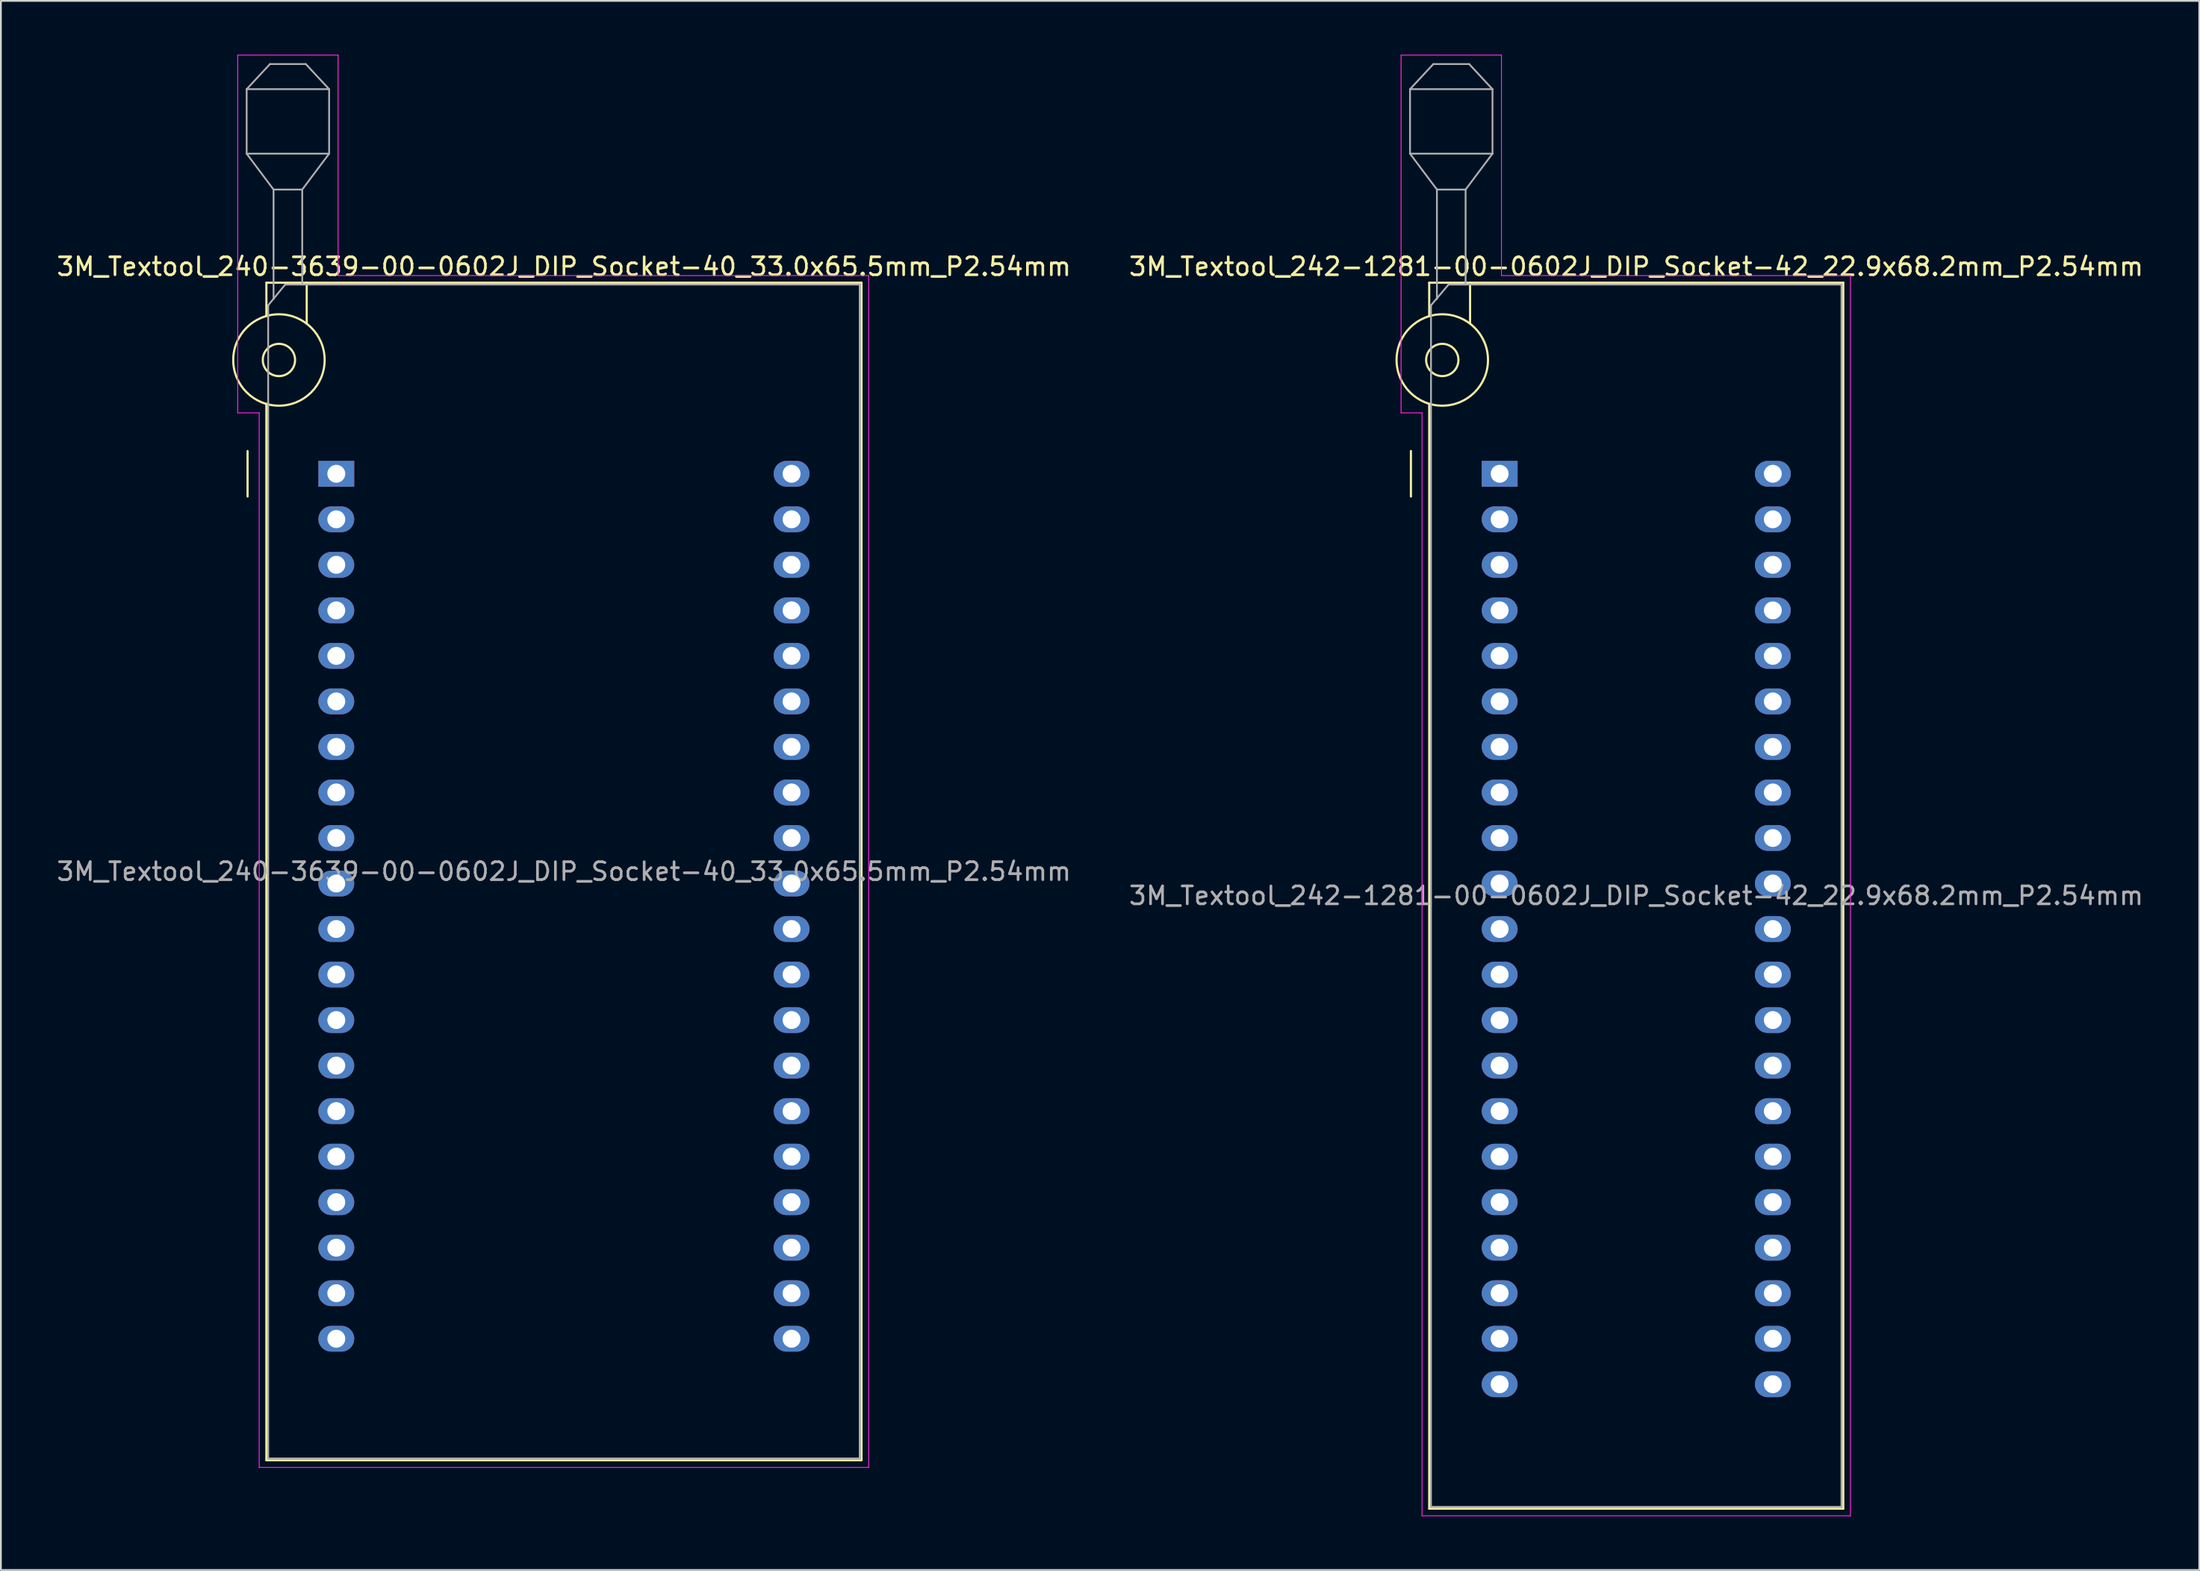
<source format=kicad_pcb>
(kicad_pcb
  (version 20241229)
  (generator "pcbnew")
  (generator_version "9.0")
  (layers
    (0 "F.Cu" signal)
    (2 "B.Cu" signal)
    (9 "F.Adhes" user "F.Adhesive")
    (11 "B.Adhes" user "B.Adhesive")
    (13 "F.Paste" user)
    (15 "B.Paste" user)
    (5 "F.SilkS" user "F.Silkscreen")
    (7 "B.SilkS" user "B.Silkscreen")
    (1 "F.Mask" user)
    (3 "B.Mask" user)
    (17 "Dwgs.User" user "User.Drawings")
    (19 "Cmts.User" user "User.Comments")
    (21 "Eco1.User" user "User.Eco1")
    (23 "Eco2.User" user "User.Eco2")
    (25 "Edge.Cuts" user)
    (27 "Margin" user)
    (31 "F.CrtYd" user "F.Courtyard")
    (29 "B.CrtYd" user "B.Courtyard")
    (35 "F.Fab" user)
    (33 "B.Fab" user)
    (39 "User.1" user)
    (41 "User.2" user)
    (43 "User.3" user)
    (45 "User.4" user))
  (footprint "3M_Textool_242-1281-00-0602J_DIP_Socket-42_22.9x68.2mm_P2.54mm"
    (layer "F.Cu")
    (at 80.612 23.385)
    (property "Reference" "3M_Textool_242-1281-00-0602J_DIP_Socket-42_22.9x68.2mm_P2.54mm" (at 7.62 -11.56 0) (layer "F.SilkS") (effects (font (size 1 1) (thickness 0.15))))
    (attr through_hole)
    (fp_line (start -4.95 1.27) (end -4.95 -1.27) (stroke (width 0.12) (type solid)) (layer "F.SilkS"))
    (fp_line (start -3.93 -10.66) (end -3.93 -8.8) (stroke (width 0.12) (type solid)) (layer "F.SilkS"))
    (fp_line (start -3.93 -3.9) (end -3.93 57.74) (stroke (width 0.12) (type solid)) (layer "F.SilkS"))
    (fp_line (start -3.93 57.74) (end 19.17 57.74) (stroke (width 0.12) (type solid)) (layer "F.SilkS"))
    (fp_line (start -1.65 -10.66) (end -1.65 -8.4) (stroke (width 0.12) (type solid)) (layer "F.SilkS"))
    (fp_line (start 19.17 -10.66) (end -3.93 -10.66) (stroke (width 0.12) (type solid)) (layer "F.SilkS"))
    (fp_line (start 19.17 57.74) (end 19.17 -10.66) (stroke (width 0.12) (type solid)) (layer "F.SilkS"))
    (fp_circle (center -3.2 -6.35) (end -2.3 -6.35) (stroke (width 0.12) (type solid)) (fill no) (layer "F.SilkS"))
    (fp_circle (center -3.2 -6.35) (end -0.65 -6.35) (stroke (width 0.12) (type solid)) (fill no) (layer "F.SilkS"))
    (fp_line (start -5.5 -23.36) (end 0.1 -23.36) (stroke (width 0.05) (type solid)) (layer "F.CrtYd"))
    (fp_line (start -5.5 -3.4) (end -5.5 -23.36) (stroke (width 0.05) (type solid)) (layer "F.CrtYd"))
    (fp_line (start -4.33 -3.4) (end -5.5 -3.4) (stroke (width 0.05) (type solid)) (layer "F.CrtYd"))
    (fp_line (start -4.33 58.14) (end -4.33 -3.4) (stroke (width 0.05) (type solid)) (layer "F.CrtYd"))
    (fp_line (start 0.1 -23.36) (end 0.1 -11.06) (stroke (width 0.05) (type solid)) (layer "F.CrtYd"))
    (fp_line (start 0.1 -11.06) (end 19.57 -11.06) (stroke (width 0.05) (type solid)) (layer "F.CrtYd"))
    (fp_line (start 19.57 -11.06) (end 19.57 58.14) (stroke (width 0.05) (type solid)) (layer "F.CrtYd"))
    (fp_line (start 19.57 58.14) (end -4.33 58.14) (stroke (width 0.05) (type solid)) (layer "F.CrtYd"))
    (fp_line (start -5 -21.46) (end -5 -17.86) (stroke (width 0.1) (type solid)) (layer "F.Fab"))
    (fp_line (start -5 -21.46) (end -3.7 -22.86) (stroke (width 0.1) (type solid)) (layer "F.Fab"))
    (fp_line (start -5 -17.86) (end -3.5 -15.86) (stroke (width 0.1) (type solid)) (layer "F.Fab"))
    (fp_line (start -5 -17.86) (end -0.4 -17.86) (stroke (width 0.1) (type solid)) (layer "F.Fab"))
    (fp_line (start -3.83 -9.4) (end -2.85 -10.56) (stroke (width 0.1) (type solid)) (layer "F.Fab"))
    (fp_line (start -3.83 57.64) (end -3.83 -9.4) (stroke (width 0.1) (type solid)) (layer "F.Fab"))
    (fp_line (start -3.7 -22.86) (end -1.7 -22.86) (stroke (width 0.1) (type solid)) (layer "F.Fab"))
    (fp_line (start -3.5 -15.86) (end -1.9 -15.86) (stroke (width 0.1) (type solid)) (layer "F.Fab"))
    (fp_line (start -3.5 -9.75) (end -3.5 -15.86) (stroke (width 0.1) (type solid)) (layer "F.Fab"))
    (fp_line (start -2.85 -10.56) (end 19.07 -10.56) (stroke (width 0.1) (type solid)) (layer "F.Fab"))
    (fp_line (start -1.9 -15.86) (end -1.9 -10.56) (stroke (width 0.1) (type solid)) (layer "F.Fab"))
    (fp_line (start -1.7 -22.86) (end -0.4 -21.46) (stroke (width 0.1) (type solid)) (layer "F.Fab"))
    (fp_line (start -0.4 -21.46) (end -5 -21.46) (stroke (width 0.1) (type solid)) (layer "F.Fab"))
    (fp_line (start -0.4 -17.86) (end -1.9 -15.86) (stroke (width 0.1) (type solid)) (layer "F.Fab"))
    (fp_line (start -0.4 -17.86) (end -0.4 -21.46) (stroke (width 0.1) (type solid)) (layer "F.Fab"))
    (fp_line (start 19.07 -10.56) (end 19.07 57.64) (stroke (width 0.1) (type solid)) (layer "F.Fab"))
    (fp_line (start 19.07 57.64) (end -3.83 57.64) (stroke (width 0.1) (type solid)) (layer "F.Fab"))
    (fp_text user "${REFERENCE}" (at 7.62 23.54 0) (layer "F.Fab") (effects (font (size 1 1) (thickness 0.15))))
    (pad "1" thru_hole rect (at 0 0) (size 2 1.44) (drill 1) (layers "*.Cu" "*.Mask"))
    (pad "2" thru_hole oval (at 0 2.54) (size 2 1.44) (drill 1) (layers "*.Cu" "*.Mask"))
    (pad "3" thru_hole oval (at 0 5.08) (size 2 1.44) (drill 1) (layers "*.Cu" "*.Mask"))
    (pad "4" thru_hole oval (at 0 7.62) (size 2 1.44) (drill 1) (layers "*.Cu" "*.Mask"))
    (pad "5" thru_hole oval (at 0 10.16) (size 2 1.44) (drill 1) (layers "*.Cu" "*.Mask"))
    (pad "6" thru_hole oval (at 0 12.7) (size 2 1.44) (drill 1) (layers "*.Cu" "*.Mask"))
    (pad "7" thru_hole oval (at 0 15.24) (size 2 1.44) (drill 1) (layers "*.Cu" "*.Mask"))
    (pad "8" thru_hole oval (at 0 17.78) (size 2 1.44) (drill 1) (layers "*.Cu" "*.Mask"))
    (pad "9" thru_hole oval (at 0 20.32) (size 2 1.44) (drill 1) (layers "*.Cu" "*.Mask"))
    (pad "10" thru_hole oval (at 0 22.86) (size 2 1.44) (drill 1) (layers "*.Cu" "*.Mask"))
    (pad "11" thru_hole oval (at 0 25.4) (size 2 1.44) (drill 1) (layers "*.Cu" "*.Mask"))
    (pad "12" thru_hole oval (at 0 27.94) (size 2 1.44) (drill 1) (layers "*.Cu" "*.Mask"))
    (pad "13" thru_hole oval (at 0 30.48) (size 2 1.44) (drill 1) (layers "*.Cu" "*.Mask"))
    (pad "14" thru_hole oval (at 0 33.02) (size 2 1.44) (drill 1) (layers "*.Cu" "*.Mask"))
    (pad "15" thru_hole oval (at 0 35.56) (size 2 1.44) (drill 1) (layers "*.Cu" "*.Mask"))
    (pad "16" thru_hole oval (at 0 38.1) (size 2 1.44) (drill 1) (layers "*.Cu" "*.Mask"))
    (pad "17" thru_hole oval (at 0 40.64) (size 2 1.44) (drill 1) (layers "*.Cu" "*.Mask"))
    (pad "18" thru_hole oval (at 0 43.18) (size 2 1.44) (drill 1) (layers "*.Cu" "*.Mask"))
    (pad "19" thru_hole oval (at 0 45.72) (size 2 1.44) (drill 1) (layers "*.Cu" "*.Mask"))
    (pad "20" thru_hole oval (at 0 48.26) (size 2 1.44) (drill 1) (layers "*.Cu" "*.Mask"))
    (pad "21" thru_hole oval (at 0 50.8) (size 2 1.44) (drill 1) (layers "*.Cu" "*.Mask"))
    (pad "22" thru_hole oval (at 15.24 50.8) (size 2 1.44) (drill 1) (layers "*.Cu" "*.Mask"))
    (pad "23" thru_hole oval (at 15.24 48.26) (size 2 1.44) (drill 1) (layers "*.Cu" "*.Mask"))
    (pad "24" thru_hole oval (at 15.24 45.72) (size 2 1.44) (drill 1) (layers "*.Cu" "*.Mask"))
    (pad "25" thru_hole oval (at 15.24 43.18) (size 2 1.44) (drill 1) (layers "*.Cu" "*.Mask"))
    (pad "26" thru_hole oval (at 15.24 40.64) (size 2 1.44) (drill 1) (layers "*.Cu" "*.Mask"))
    (pad "27" thru_hole oval (at 15.24 38.1) (size 2 1.44) (drill 1) (layers "*.Cu" "*.Mask"))
    (pad "28" thru_hole oval (at 15.24 35.56) (size 2 1.44) (drill 1) (layers "*.Cu" "*.Mask"))
    (pad "29" thru_hole oval (at 15.24 33.02) (size 2 1.44) (drill 1) (layers "*.Cu" "*.Mask"))
    (pad "30" thru_hole oval (at 15.24 30.48) (size 2 1.44) (drill 1) (layers "*.Cu" "*.Mask"))
    (pad "31" thru_hole oval (at 15.24 27.94) (size 2 1.44) (drill 1) (layers "*.Cu" "*.Mask"))
    (pad "32" thru_hole oval (at 15.24 25.4) (size 2 1.44) (drill 1) (layers "*.Cu" "*.Mask"))
    (pad "33" thru_hole oval (at 15.24 22.86) (size 2 1.44) (drill 1) (layers "*.Cu" "*.Mask"))
    (pad "34" thru_hole oval (at 15.24 20.32) (size 2 1.44) (drill 1) (layers "*.Cu" "*.Mask"))
    (pad "35" thru_hole oval (at 15.24 17.78) (size 2 1.44) (drill 1) (layers "*.Cu" "*.Mask"))
    (pad "36" thru_hole oval (at 15.24 15.24) (size 2 1.44) (drill 1) (layers "*.Cu" "*.Mask"))
    (pad "37" thru_hole oval (at 15.24 12.7) (size 2 1.44) (drill 1) (layers "*.Cu" "*.Mask"))
    (pad "38" thru_hole oval (at 15.24 10.16) (size 2 1.44) (drill 1) (layers "*.Cu" "*.Mask"))
    (pad "39" thru_hole oval (at 15.24 7.62) (size 2 1.44) (drill 1) (layers "*.Cu" "*.Mask"))
    (pad "40" thru_hole oval (at 15.24 5.08) (size 2 1.44) (drill 1) (layers "*.Cu" "*.Mask"))
    (pad "41" thru_hole oval (at 15.24 2.54) (size 2 1.44) (drill 1) (layers "*.Cu" "*.Mask"))
    (pad "42" thru_hole oval (at 15.24 0) (size 2 1.44) (drill 1) (layers "*.Cu" "*.Mask")))
  (footprint "3M_Textool_240-3639-00-0602J_DIP_Socket-40_33.0x65.5mm_P2.54mm"
    (layer "F.Cu")
    (at 15.711 23.385)
    (property "Reference" "3M_Textool_240-3639-00-0602J_DIP_Socket-40_33.0x65.5mm_P2.54mm" (at 12.7 -11.56 0) (layer "F.SilkS") (effects (font (size 1 1) (thickness 0.15))))
    (attr through_hole)
    (fp_line (start -4.95 1.27) (end -4.95 -1.27) (stroke (width 0.12) (type solid)) (layer "F.SilkS"))
    (fp_line (start -3.9 -10.66) (end -3.9 -8.8) (stroke (width 0.12) (type solid)) (layer "F.SilkS"))
    (fp_line (start -3.9 -3.9) (end -3.9 55.04) (stroke (width 0.12) (type solid)) (layer "F.SilkS"))
    (fp_line (start -3.9 55.04) (end 29.3 55.04) (stroke (width 0.12) (type solid)) (layer "F.SilkS"))
    (fp_line (start -1.65 -10.66) (end -1.65 -8.4) (stroke (width 0.12) (type solid)) (layer "F.SilkS"))
    (fp_line (start 29.3 -10.66) (end -3.9 -10.66) (stroke (width 0.12) (type solid)) (layer "F.SilkS"))
    (fp_line (start 29.3 55.04) (end 29.3 -10.66) (stroke (width 0.12) (type solid)) (layer "F.SilkS"))
    (fp_circle (center -3.2 -6.35) (end -2.3 -6.35) (stroke (width 0.12) (type solid)) (fill no) (layer "F.SilkS"))
    (fp_circle (center -3.2 -6.35) (end -0.65 -6.35) (stroke (width 0.12) (type solid)) (fill no) (layer "F.SilkS"))
    (fp_line (start -5.5 -23.36) (end 0.1 -23.36) (stroke (width 0.05) (type solid)) (layer "F.CrtYd"))
    (fp_line (start -5.5 -3.4) (end -5.5 -23.36) (stroke (width 0.05) (type solid)) (layer "F.CrtYd"))
    (fp_line (start -4.3 -3.4) (end -5.5 -3.4) (stroke (width 0.05) (type solid)) (layer "F.CrtYd"))
    (fp_line (start -4.3 55.44) (end -4.3 -3.4) (stroke (width 0.05) (type solid)) (layer "F.CrtYd"))
    (fp_line (start 0.1 -23.36) (end 0.1 -11.06) (stroke (width 0.05) (type solid)) (layer "F.CrtYd"))
    (fp_line (start 0.1 -11.06) (end 29.7 -11.06) (stroke (width 0.05) (type solid)) (layer "F.CrtYd"))
    (fp_line (start 29.7 -11.06) (end 29.7 55.44) (stroke (width 0.05) (type solid)) (layer "F.CrtYd"))
    (fp_line (start 29.7 55.44) (end -4.3 55.44) (stroke (width 0.05) (type solid)) (layer "F.CrtYd"))
    (fp_line (start -5 -21.46) (end -5 -17.86) (stroke (width 0.1) (type solid)) (layer "F.Fab"))
    (fp_line (start -5 -21.46) (end -3.7 -22.86) (stroke (width 0.1) (type solid)) (layer "F.Fab"))
    (fp_line (start -5 -17.86) (end -3.5 -15.86) (stroke (width 0.1) (type solid)) (layer "F.Fab"))
    (fp_line (start -5 -17.86) (end -0.4 -17.86) (stroke (width 0.1) (type solid)) (layer "F.Fab"))
    (fp_line (start -3.8 -9.4) (end -2.85 -10.56) (stroke (width 0.1) (type solid)) (layer "F.Fab"))
    (fp_line (start -3.8 54.94) (end -3.8 -9.4) (stroke (width 0.1) (type solid)) (layer "F.Fab"))
    (fp_line (start -3.7 -22.86) (end -1.7 -22.86) (stroke (width 0.1) (type solid)) (layer "F.Fab"))
    (fp_line (start -3.5 -15.86) (end -1.9 -15.86) (stroke (width 0.1) (type solid)) (layer "F.Fab"))
    (fp_line (start -3.5 -9.75) (end -3.5 -15.86) (stroke (width 0.1) (type solid)) (layer "F.Fab"))
    (fp_line (start -2.85 -10.56) (end 29.2 -10.56) (stroke (width 0.1) (type solid)) (layer "F.Fab"))
    (fp_line (start -1.9 -15.86) (end -1.9 -10.56) (stroke (width 0.1) (type solid)) (layer "F.Fab"))
    (fp_line (start -1.7 -22.86) (end -0.4 -21.46) (stroke (width 0.1) (type solid)) (layer "F.Fab"))
    (fp_line (start -0.4 -21.46) (end -5 -21.46) (stroke (width 0.1) (type solid)) (layer "F.Fab"))
    (fp_line (start -0.4 -17.86) (end -1.9 -15.86) (stroke (width 0.1) (type solid)) (layer "F.Fab"))
    (fp_line (start -0.4 -17.86) (end -0.4 -21.46) (stroke (width 0.1) (type solid)) (layer "F.Fab"))
    (fp_line (start 29.2 -10.56) (end 29.2 54.94) (stroke (width 0.1) (type solid)) (layer "F.Fab"))
    (fp_line (start 29.2 54.94) (end -3.8 54.94) (stroke (width 0.1) (type solid)) (layer "F.Fab"))
    (fp_text user "${REFERENCE}" (at 12.7 22.19 0) (layer "F.Fab") (effects (font (size 1 1) (thickness 0.15))))
    (pad "1" thru_hole rect (at 0 0) (size 2 1.44) (drill 1) (layers "*.Cu" "*.Mask"))
    (pad "2" thru_hole oval (at 0 2.54) (size 2 1.44) (drill 1) (layers "*.Cu" "*.Mask"))
    (pad "3" thru_hole oval (at 0 5.08) (size 2 1.44) (drill 1) (layers "*.Cu" "*.Mask"))
    (pad "4" thru_hole oval (at 0 7.62) (size 2 1.44) (drill 1) (layers "*.Cu" "*.Mask"))
    (pad "5" thru_hole oval (at 0 10.16) (size 2 1.44) (drill 1) (layers "*.Cu" "*.Mask"))
    (pad "6" thru_hole oval (at 0 12.7) (size 2 1.44) (drill 1) (layers "*.Cu" "*.Mask"))
    (pad "7" thru_hole oval (at 0 15.24) (size 2 1.44) (drill 1) (layers "*.Cu" "*.Mask"))
    (pad "8" thru_hole oval (at 0 17.78) (size 2 1.44) (drill 1) (layers "*.Cu" "*.Mask"))
    (pad "9" thru_hole oval (at 0 20.32) (size 2 1.44) (drill 1) (layers "*.Cu" "*.Mask"))
    (pad "10" thru_hole oval (at 0 22.86) (size 2 1.44) (drill 1) (layers "*.Cu" "*.Mask"))
    (pad "11" thru_hole oval (at 0 25.4) (size 2 1.44) (drill 1) (layers "*.Cu" "*.Mask"))
    (pad "12" thru_hole oval (at 0 27.94) (size 2 1.44) (drill 1) (layers "*.Cu" "*.Mask"))
    (pad "13" thru_hole oval (at 0 30.48) (size 2 1.44) (drill 1) (layers "*.Cu" "*.Mask"))
    (pad "14" thru_hole oval (at 0 33.02) (size 2 1.44) (drill 1) (layers "*.Cu" "*.Mask"))
    (pad "15" thru_hole oval (at 0 35.56) (size 2 1.44) (drill 1) (layers "*.Cu" "*.Mask"))
    (pad "16" thru_hole oval (at 0 38.1) (size 2 1.44) (drill 1) (layers "*.Cu" "*.Mask"))
    (pad "17" thru_hole oval (at 0 40.64) (size 2 1.44) (drill 1) (layers "*.Cu" "*.Mask"))
    (pad "18" thru_hole oval (at 0 43.18) (size 2 1.44) (drill 1) (layers "*.Cu" "*.Mask"))
    (pad "19" thru_hole oval (at 0 45.72) (size 2 1.44) (drill 1) (layers "*.Cu" "*.Mask"))
    (pad "20" thru_hole oval (at 0 48.26) (size 2 1.44) (drill 1) (layers "*.Cu" "*.Mask"))
    (pad "21" thru_hole oval (at 25.4 48.26) (size 2 1.44) (drill 1) (layers "*.Cu" "*.Mask"))
    (pad "22" thru_hole oval (at 25.4 45.72) (size 2 1.44) (drill 1) (layers "*.Cu" "*.Mask"))
    (pad "23" thru_hole oval (at 25.4 43.18) (size 2 1.44) (drill 1) (layers "*.Cu" "*.Mask"))
    (pad "24" thru_hole oval (at 25.4 40.64) (size 2 1.44) (drill 1) (layers "*.Cu" "*.Mask"))
    (pad "25" thru_hole oval (at 25.4 38.1) (size 2 1.44) (drill 1) (layers "*.Cu" "*.Mask"))
    (pad "26" thru_hole oval (at 25.4 35.56) (size 2 1.44) (drill 1) (layers "*.Cu" "*.Mask"))
    (pad "27" thru_hole oval (at 25.4 33.02) (size 2 1.44) (drill 1) (layers "*.Cu" "*.Mask"))
    (pad "28" thru_hole oval (at 25.4 30.48) (size 2 1.44) (drill 1) (layers "*.Cu" "*.Mask"))
    (pad "29" thru_hole oval (at 25.4 27.94) (size 2 1.44) (drill 1) (layers "*.Cu" "*.Mask"))
    (pad "30" thru_hole oval (at 25.4 25.4) (size 2 1.44) (drill 1) (layers "*.Cu" "*.Mask"))
    (pad "31" thru_hole oval (at 25.4 22.86) (size 2 1.44) (drill 1) (layers "*.Cu" "*.Mask"))
    (pad "32" thru_hole oval (at 25.4 20.32) (size 2 1.44) (drill 1) (layers "*.Cu" "*.Mask"))
    (pad "33" thru_hole oval (at 25.4 17.78) (size 2 1.44) (drill 1) (layers "*.Cu" "*.Mask"))
    (pad "34" thru_hole oval (at 25.4 15.24) (size 2 1.44) (drill 1) (layers "*.Cu" "*.Mask"))
    (pad "35" thru_hole oval (at 25.4 12.7) (size 2 1.44) (drill 1) (layers "*.Cu" "*.Mask"))
    (pad "36" thru_hole oval (at 25.4 10.16) (size 2 1.44) (drill 1) (layers "*.Cu" "*.Mask"))
    (pad "37" thru_hole oval (at 25.4 7.62) (size 2 1.44) (drill 1) (layers "*.Cu" "*.Mask"))
    (pad "38" thru_hole oval (at 25.4 5.08) (size 2 1.44) (drill 1) (layers "*.Cu" "*.Mask"))
    (pad "39" thru_hole oval (at 25.4 2.54) (size 2 1.44) (drill 1) (layers "*.Cu" "*.Mask"))
    (pad "40" thru_hole oval (at 25.4 0) (size 2 1.44) (drill 1) (layers "*.Cu" "*.Mask")))
  (gr_rect
    (start -3 -3)
    (end 119.643 84.55)
    (stroke (width 0.1) (type default))
    (fill no)
    (layer "Edge.Cuts")))
</source>
